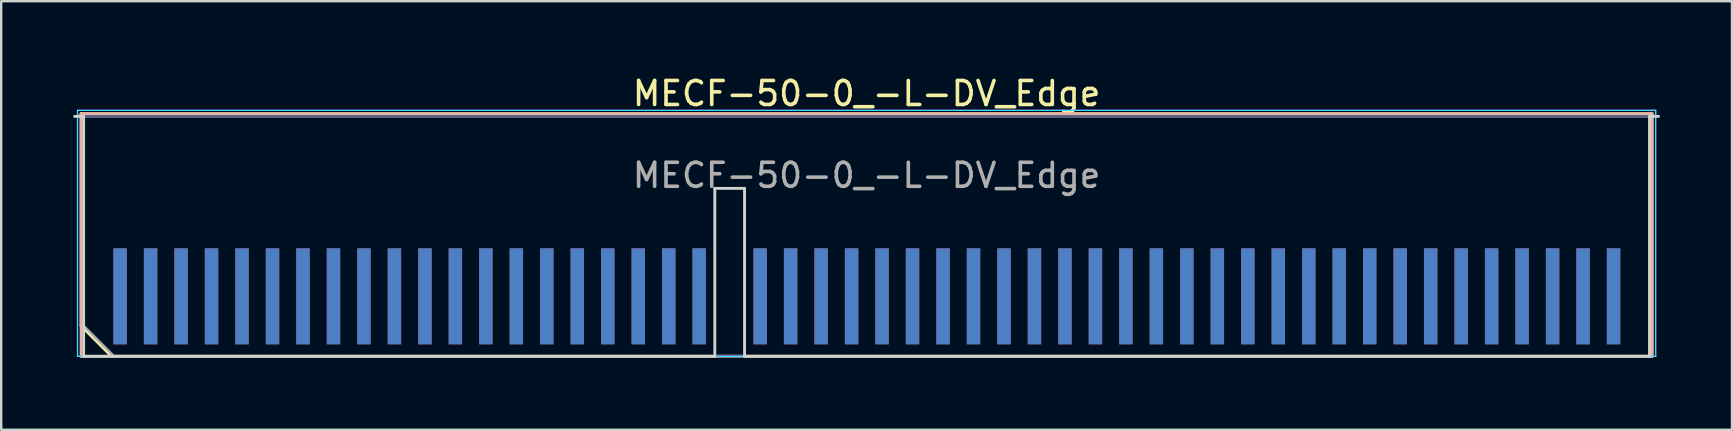
<source format=kicad_pcb>
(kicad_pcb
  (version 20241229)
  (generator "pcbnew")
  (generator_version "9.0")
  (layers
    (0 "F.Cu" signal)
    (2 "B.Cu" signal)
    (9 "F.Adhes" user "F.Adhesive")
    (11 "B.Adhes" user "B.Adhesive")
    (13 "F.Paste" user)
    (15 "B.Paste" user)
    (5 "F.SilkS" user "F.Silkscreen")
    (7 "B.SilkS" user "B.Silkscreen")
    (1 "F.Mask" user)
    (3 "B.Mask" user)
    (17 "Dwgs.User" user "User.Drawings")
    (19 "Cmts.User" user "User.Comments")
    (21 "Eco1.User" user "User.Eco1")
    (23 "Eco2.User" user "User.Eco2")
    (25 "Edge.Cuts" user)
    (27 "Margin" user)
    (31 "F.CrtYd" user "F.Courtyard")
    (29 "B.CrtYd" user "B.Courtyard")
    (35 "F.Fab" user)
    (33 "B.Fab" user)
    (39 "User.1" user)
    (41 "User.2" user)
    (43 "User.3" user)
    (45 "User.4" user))
  (footprint "MECF-50-0_-L-DV_Edge"
    (layer "F.Cu")
    (at 33.06 6.798)
    (property "Reference" "MECF-50-0_-L-DV_Edge" (at 0 -5.95 0) (layer "F.SilkS") (effects (font (size 1 1) (thickness 0.15))))
    (attr exclude_from_pos_files exclude_from_bom)
    (fp_line (start -32.73 -5.11) (end 32.73 -5.11) (stroke (width 0.12) (type solid)) (layer "F.SilkS"))
    (fp_line (start -32.73 3.73) (end -32.73 -5.11) (stroke (width 0.12) (type solid)) (layer "F.SilkS"))
    (fp_line (start -31.46 5) (end -32.73 3.73) (stroke (width 0.12) (type solid)) (layer "F.SilkS"))
    (fp_line (start -31.46 5) (end 32.73 5) (stroke (width 0.12) (type solid)) (layer "F.SilkS"))
    (fp_line (start 32.73 5) (end 32.73 -5.11) (stroke (width 0.12) (type solid)) (layer "F.SilkS"))
    (fp_line (start -32.73 -5.11) (end 32.73 -5.11) (stroke (width 0.12) (type solid)) (layer "B.SilkS"))
    (fp_line (start -32.73 5) (end -32.73 -5.11) (stroke (width 0.12) (type solid)) (layer "B.SilkS"))
    (fp_line (start -32.73 5) (end 32.73 5) (stroke (width 0.12) (type solid)) (layer "B.SilkS"))
    (fp_line (start 32.73 5) (end 32.73 -5.11) (stroke (width 0.12) (type solid)) (layer "B.SilkS"))
    (fp_line (start -33 -5) (end -32.625 -5) (stroke (width 0.12) (type solid)) (layer "Edge.Cuts"))
    (fp_line (start -32.625 5) (end -32.625 -5) (stroke (width 0.12) (type solid)) (layer "Edge.Cuts"))
    (fp_line (start -32.625 5) (end -6.325 5) (stroke (width 0.12) (type solid)) (layer "Edge.Cuts"))
    (fp_line (start -6.325 -2) (end -5.085 -2) (stroke (width 0.12) (type solid)) (layer "Edge.Cuts"))
    (fp_line (start -6.325 5) (end -6.325 -2) (stroke (width 0.12) (type solid)) (layer "Edge.Cuts"))
    (fp_line (start -5.085 5) (end -5.085 -2) (stroke (width 0.12) (type solid)) (layer "Edge.Cuts"))
    (fp_line (start -5.085 5) (end 32.625 5) (stroke (width 0.12) (type solid)) (layer "Edge.Cuts"))
    (fp_line (start 32.625 5) (end 32.625 -5) (stroke (width 0.12) (type solid)) (layer "Edge.Cuts"))
    (fp_line (start 33 -5) (end 32.625 -5) (stroke (width 0.12) (type solid)) (layer "Edge.Cuts"))
    (fp_line (start -32.88 -5.25) (end -32.88 5) (stroke (width 0.05) (type solid)) (layer "B.CrtYd"))
    (fp_line (start -32.88 5) (end 32.88 5) (stroke (width 0.05) (type solid)) (layer "B.CrtYd"))
    (fp_line (start 32.88 -5.25) (end -32.88 -5.25) (stroke (width 0.05) (type solid)) (layer "B.CrtYd"))
    (fp_line (start 32.88 5) (end 32.88 -5.25) (stroke (width 0.05) (type solid)) (layer "B.CrtYd"))
    (fp_line (start -32.88 -5.25) (end -32.88 5) (stroke (width 0.05) (type solid)) (layer "F.CrtYd"))
    (fp_line (start -32.88 5) (end 32.88 5) (stroke (width 0.05) (type solid)) (layer "F.CrtYd"))
    (fp_line (start 32.88 -5.25) (end -32.88 -5.25) (stroke (width 0.05) (type solid)) (layer "F.CrtYd"))
    (fp_line (start 32.88 5) (end 32.88 -5.25) (stroke (width 0.05) (type solid)) (layer "F.CrtYd"))
    (fp_line (start -32.625 -5) (end 32.625 -5) (stroke (width 0.1) (type solid)) (layer "B.Fab"))
    (fp_line (start -32.625 5) (end -32.625 -5) (stroke (width 0.1) (type solid)) (layer "B.Fab"))
    (fp_line (start -32.625 5) (end 32.625 5) (stroke (width 0.1) (type solid)) (layer "B.Fab"))
    (fp_line (start 32.625 5) (end 32.625 -5) (stroke (width 0.1) (type solid)) (layer "B.Fab"))
    (fp_line (start -32.625 -5) (end 32.625 -5) (stroke (width 0.1) (type solid)) (layer "F.Fab"))
    (fp_line (start -32.625 3.73) (end -32.625 -5) (stroke (width 0.1) (type solid)) (layer "F.Fab"))
    (fp_line (start -32.625 3.73) (end -31.355 5) (stroke (width 0.1) (type solid)) (layer "F.Fab"))
    (fp_line (start -31.355 5) (end 32.625 5) (stroke (width 0.1) (type solid)) (layer "F.Fab"))
    (fp_line (start 32.625 5) (end 32.625 -5) (stroke (width 0.1) (type solid)) (layer "F.Fab"))
    (fp_text user "${REFERENCE}" (at 0 -2.54 0) (layer "F.Fab") (effects (font (size 1 1) (thickness 0.15))))
    (pad "1" smd rect (at -31.105 2.5) (size 0.56 4) (layers "F.Cu" "F.Mask" "F.Paste"))
    (pad "2" smd rect (at -31.105 2.5) (size 0.56 4) (layers "B.Cu" "B.Mask" "B.Paste"))
    (pad "3" smd rect (at -29.835 2.5) (size 0.56 4) (layers "F.Cu" "F.Mask" "F.Paste"))
    (pad "4" smd rect (at -29.835 2.5) (size 0.56 4) (layers "B.Cu" "B.Mask" "B.Paste"))
    (pad "5" smd rect (at -28.565 2.5) (size 0.56 4) (layers "F.Cu" "F.Mask" "F.Paste"))
    (pad "6" smd rect (at -28.565 2.5) (size 0.56 4) (layers "B.Cu" "B.Mask" "B.Paste"))
    (pad "7" smd rect (at -27.295 2.5) (size 0.56 4) (layers "F.Cu" "F.Mask" "F.Paste"))
    (pad "8" smd rect (at -27.295 2.5) (size 0.56 4) (layers "B.Cu" "B.Mask" "B.Paste"))
    (pad "9" smd rect (at -26.025 2.5) (size 0.56 4) (layers "F.Cu" "F.Mask" "F.Paste"))
    (pad "10" smd rect (at -26.025 2.5) (size 0.56 4) (layers "B.Cu" "B.Mask" "B.Paste"))
    (pad "11" smd rect (at -24.755 2.5) (size 0.56 4) (layers "F.Cu" "F.Mask" "F.Paste"))
    (pad "12" smd rect (at -24.755 2.5) (size 0.56 4) (layers "B.Cu" "B.Mask" "B.Paste"))
    (pad "13" smd rect (at -23.485 2.5) (size 0.56 4) (layers "F.Cu" "F.Mask" "F.Paste"))
    (pad "14" smd rect (at -23.485 2.5) (size 0.56 4) (layers "B.Cu" "B.Mask" "B.Paste"))
    (pad "15" smd rect (at -22.215 2.5) (size 0.56 4) (layers "F.Cu" "F.Mask" "F.Paste"))
    (pad "16" smd rect (at -22.215 2.5) (size 0.56 4) (layers "B.Cu" "B.Mask" "B.Paste"))
    (pad "17" smd rect (at -20.945 2.5) (size 0.56 4) (layers "F.Cu" "F.Mask" "F.Paste"))
    (pad "18" smd rect (at -20.945 2.5) (size 0.56 4) (layers "B.Cu" "B.Mask" "B.Paste"))
    (pad "19" smd rect (at -19.675 2.5) (size 0.56 4) (layers "F.Cu" "F.Mask" "F.Paste"))
    (pad "20" smd rect (at -19.675 2.5) (size 0.56 4) (layers "B.Cu" "B.Mask" "B.Paste"))
    (pad "21" smd rect (at -18.405 2.5) (size 0.56 4) (layers "F.Cu" "F.Mask" "F.Paste"))
    (pad "22" smd rect (at -18.405 2.5) (size 0.56 4) (layers "B.Cu" "B.Mask" "B.Paste"))
    (pad "23" smd rect (at -17.135 2.5) (size 0.56 4) (layers "F.Cu" "F.Mask" "F.Paste"))
    (pad "24" smd rect (at -17.135 2.5) (size 0.56 4) (layers "B.Cu" "B.Mask" "B.Paste"))
    (pad "25" smd rect (at -15.865 2.5) (size 0.56 4) (layers "F.Cu" "F.Mask" "F.Paste"))
    (pad "26" smd rect (at -15.865 2.5) (size 0.56 4) (layers "B.Cu" "B.Mask" "B.Paste"))
    (pad "27" smd rect (at -14.595 2.5) (size 0.56 4) (layers "F.Cu" "F.Mask" "F.Paste"))
    (pad "28" smd rect (at -14.595 2.5) (size 0.56 4) (layers "B.Cu" "B.Mask" "B.Paste"))
    (pad "29" smd rect (at -13.325 2.5) (size 0.56 4) (layers "F.Cu" "F.Mask" "F.Paste"))
    (pad "30" smd rect (at -13.325 2.5) (size 0.56 4) (layers "B.Cu" "B.Mask" "B.Paste"))
    (pad "31" smd rect (at -12.055 2.5) (size 0.56 4) (layers "F.Cu" "F.Mask" "F.Paste"))
    (pad "32" smd rect (at -12.055 2.5) (size 0.56 4) (layers "B.Cu" "B.Mask" "B.Paste"))
    (pad "33" smd rect (at -10.785 2.5) (size 0.56 4) (layers "F.Cu" "F.Mask" "F.Paste"))
    (pad "34" smd rect (at -10.785 2.5) (size 0.56 4) (layers "B.Cu" "B.Mask" "B.Paste"))
    (pad "35" smd rect (at -9.515 2.5) (size 0.56 4) (layers "F.Cu" "F.Mask" "F.Paste"))
    (pad "36" smd rect (at -9.515 2.5) (size 0.56 4) (layers "B.Cu" "B.Mask" "B.Paste"))
    (pad "37" smd rect (at -8.245 2.5) (size 0.56 4) (layers "F.Cu" "F.Mask" "F.Paste"))
    (pad "38" smd rect (at -8.245 2.5) (size 0.56 4) (layers "B.Cu" "B.Mask" "B.Paste"))
    (pad "39" smd rect (at -6.975 2.5) (size 0.56 4) (layers "F.Cu" "F.Mask" "F.Paste"))
    (pad "40" smd rect (at -6.975 2.5) (size 0.56 4) (layers "B.Cu" "B.Mask" "B.Paste"))
    (pad "43" smd rect (at -4.435 2.5) (size 0.56 4) (layers "F.Cu" "F.Mask" "F.Paste"))
    (pad "44" smd rect (at -4.435 2.5) (size 0.56 4) (layers "B.Cu" "B.Mask" "B.Paste"))
    (pad "45" smd rect (at -3.165 2.5) (size 0.56 4) (layers "F.Cu" "F.Mask" "F.Paste"))
    (pad "46" smd rect (at -3.165 2.5) (size 0.56 4) (layers "B.Cu" "B.Mask" "B.Paste"))
    (pad "47" smd rect (at -1.895 2.5) (size 0.56 4) (layers "F.Cu" "F.Mask" "F.Paste"))
    (pad "48" smd rect (at -1.895 2.5) (size 0.56 4) (layers "B.Cu" "B.Mask" "B.Paste"))
    (pad "49" smd rect (at -0.625 2.5) (size 0.56 4) (layers "F.Cu" "F.Mask" "F.Paste"))
    (pad "50" smd rect (at -0.625 2.5) (size 0.56 4) (layers "B.Cu" "B.Mask" "B.Paste"))
    (pad "51" smd rect (at 0.645 2.5) (size 0.56 4) (layers "F.Cu" "F.Mask" "F.Paste"))
    (pad "52" smd rect (at 0.645 2.5) (size 0.56 4) (layers "B.Cu" "B.Mask" "B.Paste"))
    (pad "53" smd rect (at 1.915 2.5) (size 0.56 4) (layers "F.Cu" "F.Mask" "F.Paste"))
    (pad "54" smd rect (at 1.915 2.5) (size 0.56 4) (layers "B.Cu" "B.Mask" "B.Paste"))
    (pad "55" smd rect (at 3.185 2.5) (size 0.56 4) (layers "F.Cu" "F.Mask" "F.Paste"))
    (pad "56" smd rect (at 3.185 2.5) (size 0.56 4) (layers "B.Cu" "B.Mask" "B.Paste"))
    (pad "57" smd rect (at 4.455 2.5) (size 0.56 4) (layers "F.Cu" "F.Mask" "F.Paste"))
    (pad "58" smd rect (at 4.455 2.5) (size 0.56 4) (layers "B.Cu" "B.Mask" "B.Paste"))
    (pad "59" smd rect (at 5.725 2.5) (size 0.56 4) (layers "F.Cu" "F.Mask" "F.Paste"))
    (pad "60" smd rect (at 5.725 2.5) (size 0.56 4) (layers "B.Cu" "B.Mask" "B.Paste"))
    (pad "61" smd rect (at 6.995 2.5) (size 0.56 4) (layers "F.Cu" "F.Mask" "F.Paste"))
    (pad "62" smd rect (at 6.995 2.5) (size 0.56 4) (layers "B.Cu" "B.Mask" "B.Paste"))
    (pad "63" smd rect (at 8.265 2.5) (size 0.56 4) (layers "F.Cu" "F.Mask" "F.Paste"))
    (pad "64" smd rect (at 8.265 2.5) (size 0.56 4) (layers "B.Cu" "B.Mask" "B.Paste"))
    (pad "65" smd rect (at 9.535 2.5) (size 0.56 4) (layers "F.Cu" "F.Mask" "F.Paste"))
    (pad "66" smd rect (at 9.535 2.5) (size 0.56 4) (layers "B.Cu" "B.Mask" "B.Paste"))
    (pad "67" smd rect (at 10.805 2.5) (size 0.56 4) (layers "F.Cu" "F.Mask" "F.Paste"))
    (pad "68" smd rect (at 10.805 2.5) (size 0.56 4) (layers "B.Cu" "B.Mask" "B.Paste"))
    (pad "69" smd rect (at 12.075 2.5) (size 0.56 4) (layers "F.Cu" "F.Mask" "F.Paste"))
    (pad "70" smd rect (at 12.075 2.5) (size 0.56 4) (layers "B.Cu" "B.Mask" "B.Paste"))
    (pad "71" smd rect (at 13.345 2.5) (size 0.56 4) (layers "F.Cu" "F.Mask" "F.Paste"))
    (pad "72" smd rect (at 13.345 2.5) (size 0.56 4) (layers "B.Cu" "B.Mask" "B.Paste"))
    (pad "73" smd rect (at 14.615 2.5) (size 0.56 4) (layers "F.Cu" "F.Mask" "F.Paste"))
    (pad "74" smd rect (at 14.615 2.5) (size 0.56 4) (layers "B.Cu" "B.Mask" "B.Paste"))
    (pad "75" smd rect (at 15.885 2.5) (size 0.56 4) (layers "F.Cu" "F.Mask" "F.Paste"))
    (pad "76" smd rect (at 15.885 2.5) (size 0.56 4) (layers "B.Cu" "B.Mask" "B.Paste"))
    (pad "77" smd rect (at 17.155 2.5) (size 0.56 4) (layers "F.Cu" "F.Mask" "F.Paste"))
    (pad "78" smd rect (at 17.155 2.5) (size 0.56 4) (layers "B.Cu" "B.Mask" "B.Paste"))
    (pad "79" smd rect (at 18.425 2.5) (size 0.56 4) (layers "F.Cu" "F.Mask" "F.Paste"))
    (pad "80" smd rect (at 18.425 2.5) (size 0.56 4) (layers "B.Cu" "B.Mask" "B.Paste"))
    (pad "81" smd rect (at 19.695 2.5) (size 0.56 4) (layers "F.Cu" "F.Mask" "F.Paste"))
    (pad "82" smd rect (at 19.695 2.5) (size 0.56 4) (layers "B.Cu" "B.Mask" "B.Paste"))
    (pad "83" smd rect (at 20.965 2.5) (size 0.56 4) (layers "F.Cu" "F.Mask" "F.Paste"))
    (pad "84" smd rect (at 20.965 2.5) (size 0.56 4) (layers "B.Cu" "B.Mask" "B.Paste"))
    (pad "85" smd rect (at 22.235 2.5) (size 0.56 4) (layers "F.Cu" "F.Mask" "F.Paste"))
    (pad "86" smd rect (at 22.235 2.5) (size 0.56 4) (layers "B.Cu" "B.Mask" "B.Paste"))
    (pad "87" smd rect (at 23.505 2.5) (size 0.56 4) (layers "F.Cu" "F.Mask" "F.Paste"))
    (pad "88" smd rect (at 23.505 2.5) (size 0.56 4) (layers "B.Cu" "B.Mask" "B.Paste"))
    (pad "89" smd rect (at 24.775 2.5) (size 0.56 4) (layers "F.Cu" "F.Mask" "F.Paste"))
    (pad "90" smd rect (at 24.775 2.5) (size 0.56 4) (layers "B.Cu" "B.Mask" "B.Paste"))
    (pad "91" smd rect (at 26.045 2.5) (size 0.56 4) (layers "F.Cu" "F.Mask" "F.Paste"))
    (pad "92" smd rect (at 26.045 2.5) (size 0.56 4) (layers "B.Cu" "B.Mask" "B.Paste"))
    (pad "93" smd rect (at 27.315 2.5) (size 0.56 4) (layers "F.Cu" "F.Mask" "F.Paste"))
    (pad "94" smd rect (at 27.315 2.5) (size 0.56 4) (layers "B.Cu" "B.Mask" "B.Paste"))
    (pad "95" smd rect (at 28.585 2.5) (size 0.56 4) (layers "F.Cu" "F.Mask" "F.Paste"))
    (pad "96" smd rect (at 28.585 2.5) (size 0.56 4) (layers "B.Cu" "B.Mask" "B.Paste"))
    (pad "97" smd rect (at 29.855 2.5) (size 0.56 4) (layers "F.Cu" "F.Mask" "F.Paste"))
    (pad "98" smd rect (at 29.855 2.5) (size 0.56 4) (layers "B.Cu" "B.Mask" "B.Paste"))
    (pad "99" smd rect (at 31.125 2.5) (size 0.56 4) (layers "F.Cu" "F.Mask" "F.Paste"))
    (pad "100" smd rect (at 31.125 2.5) (size 0.56 4) (layers "B.Cu" "B.Mask" "B.Paste")))
  (gr_rect
    (start -3 -3)
    (end 69.12 14.858)
    (stroke (width 0.1) (type default))
    (fill no)
    (layer "Edge.Cuts")))
</source>
